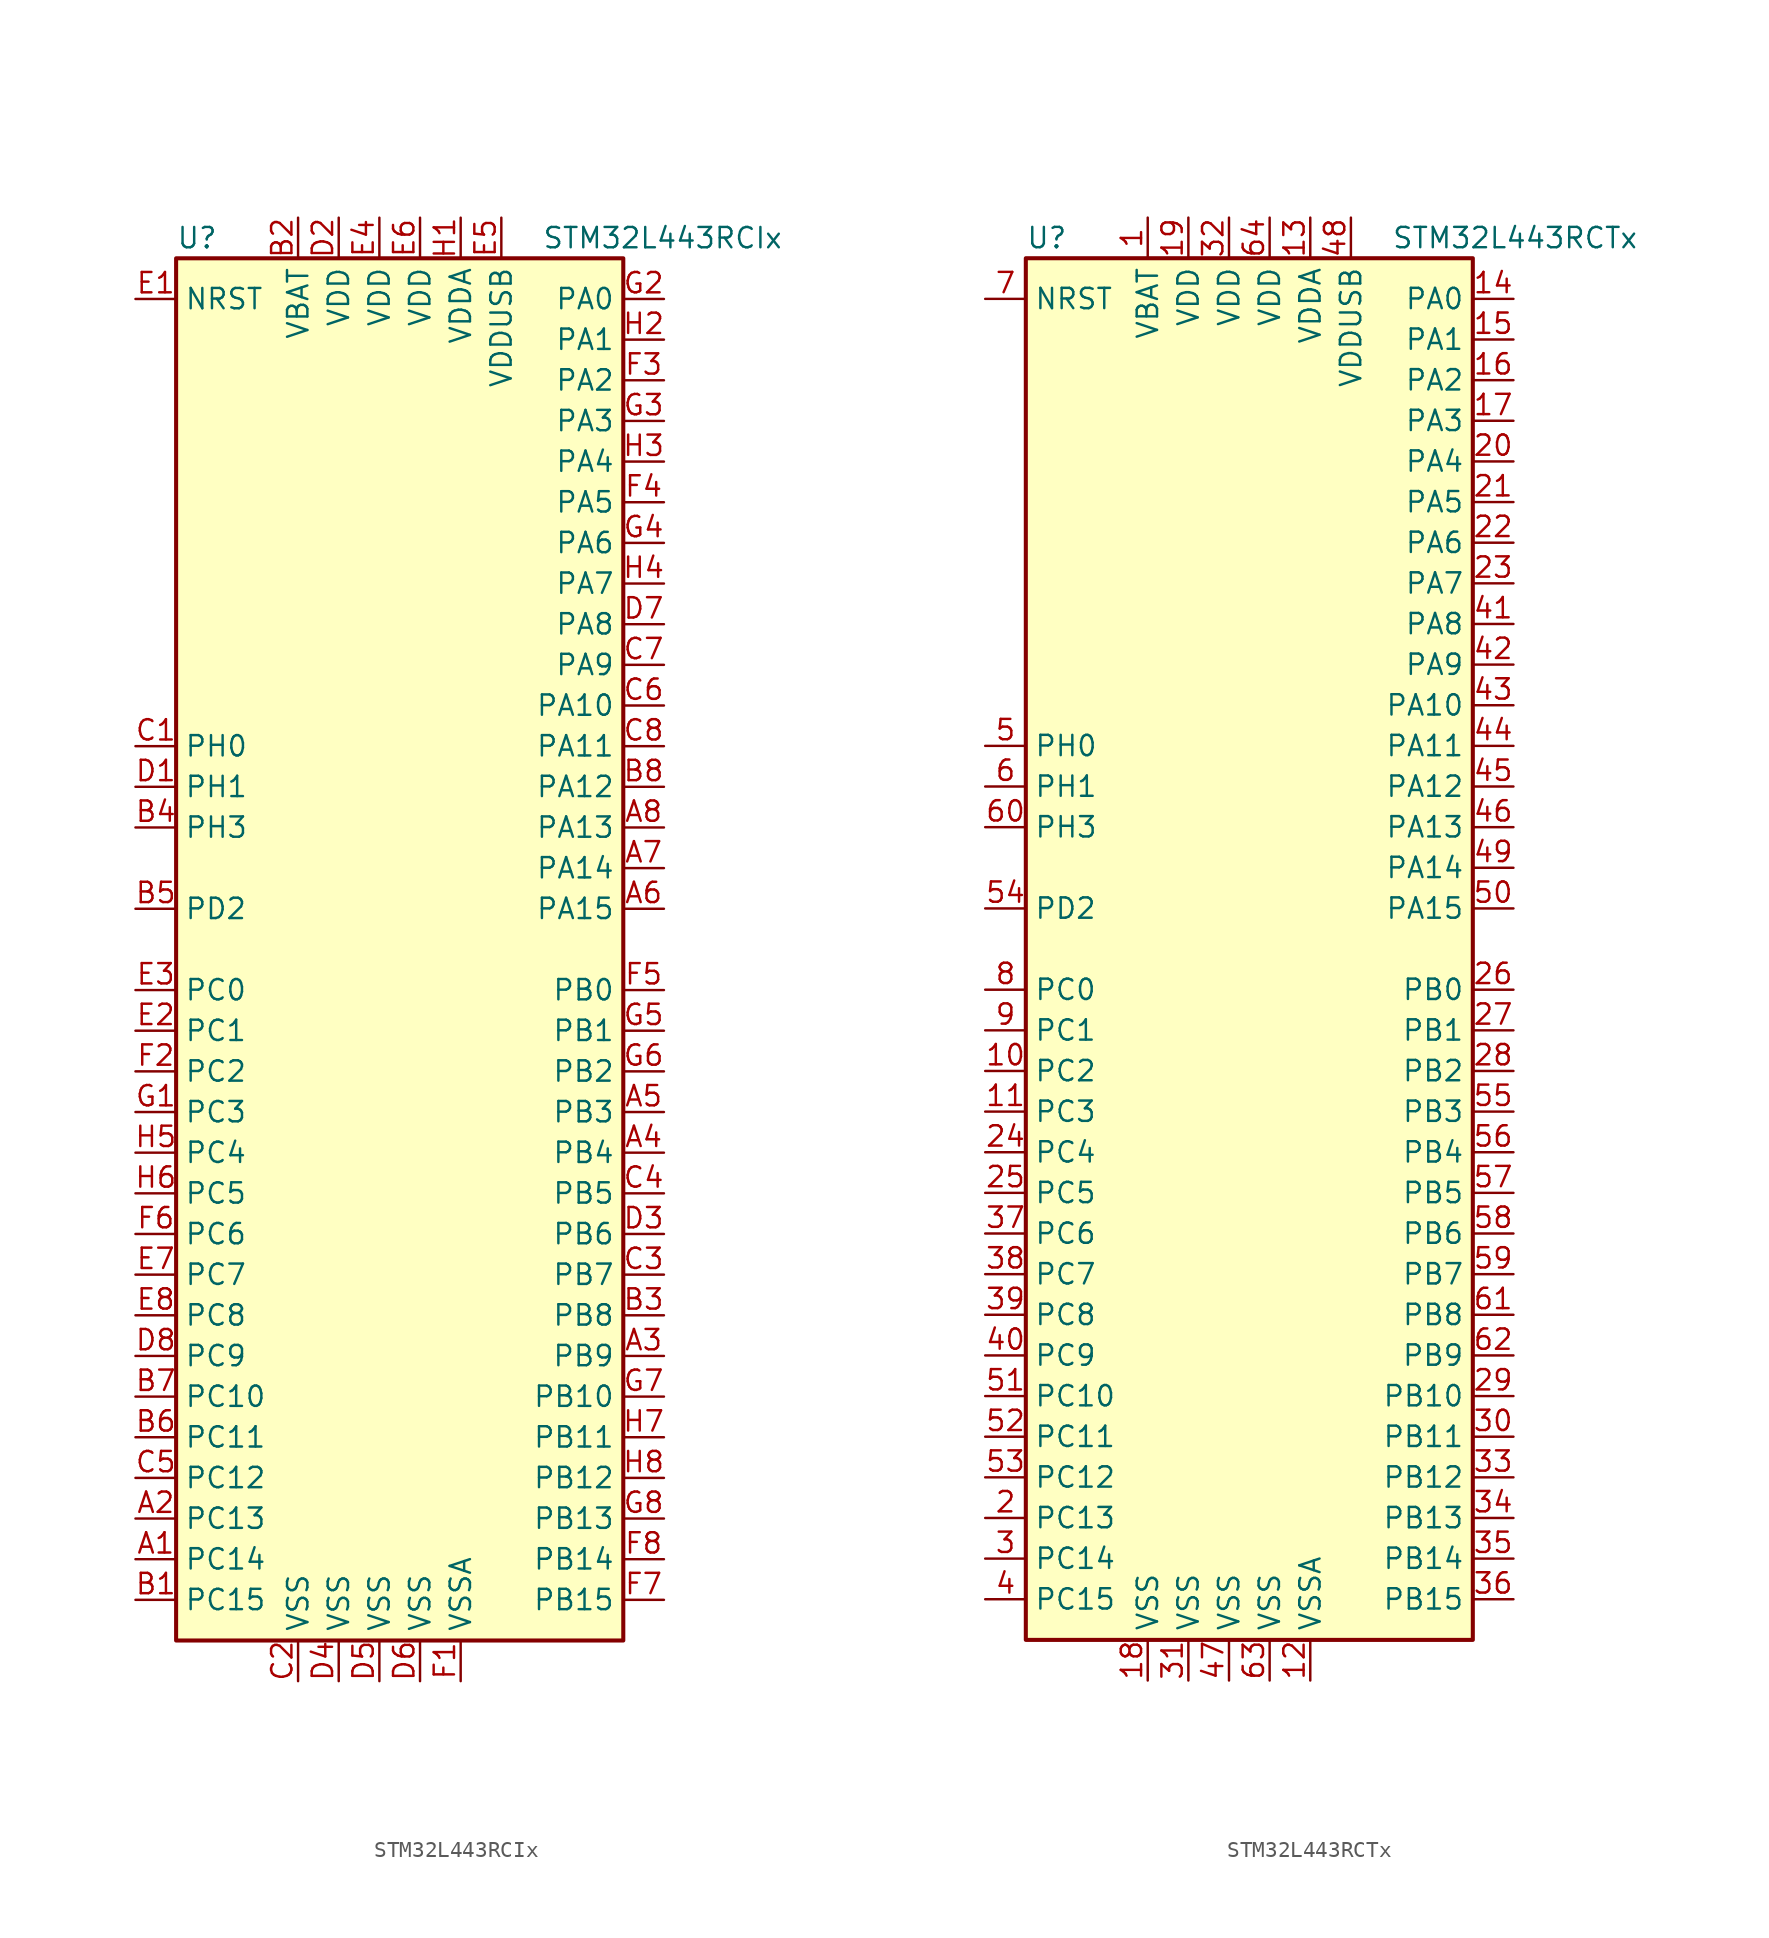
<source format=kicad_sym>
(kicad_symbol_lib
  (version 20201005)
  (generator kicad_symbol_editor)
  (symbol "STM32L443RCIx"
    (property "Reference" "U"
      (at -15.24 44.45 0)
      (effects (font (size 1.27 1.27)) (justify left)))
    (property "Value" "STM32L443RCIx"
      (at 7.62 44.45 0)
      (effects (font (size 1.27 1.27)) (justify left)))
    (symbol "STM32L443RCIx_0_1"
      (rectangle (start -15.24 -43.18) (end 12.7 43.18) (stroke (width 0.254)) (fill (type background))))
    (symbol "STM32L443RCIx_1_1"
      (pin bidirectional line (at -17.78 -38.1 0) (length 2.54) (name "PC14" (effects (font (size 1.27 1.27)))) (number "A1" (effects (font (size 1.27 1.27)))))
      (pin bidirectional line (at -17.78 -35.56 0) (length 2.54) (name "PC13" (effects (font (size 1.27 1.27)))) (number "A2" (effects (font (size 1.27 1.27)))))
      (pin bidirectional line (at 15.24 -25.4 180) (length 2.54) (name "PB9" (effects (font (size 1.27 1.27)))) (number "A3" (effects (font (size 1.27 1.27)))))
      (pin bidirectional line (at 15.24 -12.7 180) (length 2.54) (name "PB4" (effects (font (size 1.27 1.27)))) (number "A4" (effects (font (size 1.27 1.27)))))
      (pin bidirectional line (at 15.24 -10.16 180) (length 2.54) (name "PB3" (effects (font (size 1.27 1.27)))) (number "A5" (effects (font (size 1.27 1.27)))))
      (pin bidirectional line (at 15.24 2.54 180) (length 2.54) (name "PA15" (effects (font (size 1.27 1.27)))) (number "A6" (effects (font (size 1.27 1.27)))))
      (pin bidirectional line (at 15.24 5.08 180) (length 2.54) (name "PA14" (effects (font (size 1.27 1.27)))) (number "A7" (effects (font (size 1.27 1.27)))))
      (pin bidirectional line (at 15.24 7.62 180) (length 2.54) (name "PA13" (effects (font (size 1.27 1.27)))) (number "A8" (effects (font (size 1.27 1.27)))))
      (pin bidirectional line (at -17.78 -40.64 0) (length 2.54) (name "PC15" (effects (font (size 1.27 1.27)))) (number "B1" (effects (font (size 1.27 1.27)))))
      (pin power_in line (at -7.62 45.72 270) (length 2.54) (name "VBAT" (effects (font (size 1.27 1.27)))) (number "B2" (effects (font (size 1.27 1.27)))))
      (pin bidirectional line (at 15.24 -22.86 180) (length 2.54) (name "PB8" (effects (font (size 1.27 1.27)))) (number "B3" (effects (font (size 1.27 1.27)))))
      (pin bidirectional line (at -17.78 7.62 0) (length 2.54) (name "PH3" (effects (font (size 1.27 1.27)))) (number "B4" (effects (font (size 1.27 1.27)))))
      (pin bidirectional line (at -17.78 2.54 0) (length 2.54) (name "PD2" (effects (font (size 1.27 1.27)))) (number "B5" (effects (font (size 1.27 1.27)))))
      (pin bidirectional line (at -17.78 -30.48 0) (length 2.54) (name "PC11" (effects (font (size 1.27 1.27)))) (number "B6" (effects (font (size 1.27 1.27)))))
      (pin bidirectional line (at -17.78 -27.94 0) (length 2.54) (name "PC10" (effects (font (size 1.27 1.27)))) (number "B7" (effects (font (size 1.27 1.27)))))
      (pin bidirectional line (at 15.24 10.16 180) (length 2.54) (name "PA12" (effects (font (size 1.27 1.27)))) (number "B8" (effects (font (size 1.27 1.27)))))
      (pin input line (at -17.78 12.7 0) (length 2.54) (name "PH0" (effects (font (size 1.27 1.27)))) (number "C1" (effects (font (size 1.27 1.27)))))
      (pin power_in line (at -7.62 -45.72 90) (length 2.54) (name "VSS" (effects (font (size 1.27 1.27)))) (number "C2" (effects (font (size 1.27 1.27)))))
      (pin bidirectional line (at 15.24 -20.32 180) (length 2.54) (name "PB7" (effects (font (size 1.27 1.27)))) (number "C3" (effects (font (size 1.27 1.27)))))
      (pin bidirectional line (at 15.24 -15.24 180) (length 2.54) (name "PB5" (effects (font (size 1.27 1.27)))) (number "C4" (effects (font (size 1.27 1.27)))))
      (pin bidirectional line (at -17.78 -33.02 0) (length 2.54) (name "PC12" (effects (font (size 1.27 1.27)))) (number "C5" (effects (font (size 1.27 1.27)))))
      (pin bidirectional line (at 15.24 15.24 180) (length 2.54) (name "PA10" (effects (font (size 1.27 1.27)))) (number "C6" (effects (font (size 1.27 1.27)))))
      (pin bidirectional line (at 15.24 17.78 180) (length 2.54) (name "PA9" (effects (font (size 1.27 1.27)))) (number "C7" (effects (font (size 1.27 1.27)))))
      (pin bidirectional line (at 15.24 12.7 180) (length 2.54) (name "PA11" (effects (font (size 1.27 1.27)))) (number "C8" (effects (font (size 1.27 1.27)))))
      (pin input line (at -17.78 10.16 0) (length 2.54) (name "PH1" (effects (font (size 1.27 1.27)))) (number "D1" (effects (font (size 1.27 1.27)))))
      (pin power_in line (at -5.08 45.72 270) (length 2.54) (name "VDD" (effects (font (size 1.27 1.27)))) (number "D2" (effects (font (size 1.27 1.27)))))
      (pin bidirectional line (at 15.24 -17.78 180) (length 2.54) (name "PB6" (effects (font (size 1.27 1.27)))) (number "D3" (effects (font (size 1.27 1.27)))))
      (pin power_in line (at -5.08 -45.72 90) (length 2.54) (name "VSS" (effects (font (size 1.27 1.27)))) (number "D4" (effects (font (size 1.27 1.27)))))
      (pin power_in line (at -2.54 -45.72 90) (length 2.54) (name "VSS" (effects (font (size 1.27 1.27)))) (number "D5" (effects (font (size 1.27 1.27)))))
      (pin power_in line (at 0 -45.72 90) (length 2.54) (name "VSS" (effects (font (size 1.27 1.27)))) (number "D6" (effects (font (size 1.27 1.27)))))
      (pin bidirectional line (at 15.24 20.32 180) (length 2.54) (name "PA8" (effects (font (size 1.27 1.27)))) (number "D7" (effects (font (size 1.27 1.27)))))
      (pin bidirectional line (at -17.78 -25.4 0) (length 2.54) (name "PC9" (effects (font (size 1.27 1.27)))) (number "D8" (effects (font (size 1.27 1.27)))))
      (pin input line (at -17.78 40.64 0) (length 2.54) (name "NRST" (effects (font (size 1.27 1.27)))) (number "E1" (effects (font (size 1.27 1.27)))))
      (pin bidirectional line (at -17.78 -5.08 0) (length 2.54) (name "PC1" (effects (font (size 1.27 1.27)))) (number "E2" (effects (font (size 1.27 1.27)))))
      (pin bidirectional line (at -17.78 -2.54 0) (length 2.54) (name "PC0" (effects (font (size 1.27 1.27)))) (number "E3" (effects (font (size 1.27 1.27)))))
      (pin power_in line (at -2.54 45.72 270) (length 2.54) (name "VDD" (effects (font (size 1.27 1.27)))) (number "E4" (effects (font (size 1.27 1.27)))))
      (pin power_in line (at 5.08 45.72 270) (length 2.54) (name "VDDUSB" (effects (font (size 1.27 1.27)))) (number "E5" (effects (font (size 1.27 1.27)))))
      (pin power_in line (at 0 45.72 270) (length 2.54) (name "VDD" (effects (font (size 1.27 1.27)))) (number "E6" (effects (font (size 1.27 1.27)))))
      (pin bidirectional line (at -17.78 -20.32 0) (length 2.54) (name "PC7" (effects (font (size 1.27 1.27)))) (number "E7" (effects (font (size 1.27 1.27)))))
      (pin bidirectional line (at -17.78 -22.86 0) (length 2.54) (name "PC8" (effects (font (size 1.27 1.27)))) (number "E8" (effects (font (size 1.27 1.27)))))
      (pin power_in line (at 2.54 -45.72 90) (length 2.54) (name "VSSA" (effects (font (size 1.27 1.27)))) (number "F1" (effects (font (size 1.27 1.27)))))
      (pin bidirectional line (at -17.78 -7.62 0) (length 2.54) (name "PC2" (effects (font (size 1.27 1.27)))) (number "F2" (effects (font (size 1.27 1.27)))))
      (pin bidirectional line (at 15.24 35.56 180) (length 2.54) (name "PA2" (effects (font (size 1.27 1.27)))) (number "F3" (effects (font (size 1.27 1.27)))))
      (pin bidirectional line (at 15.24 27.94 180) (length 2.54) (name "PA5" (effects (font (size 1.27 1.27)))) (number "F4" (effects (font (size 1.27 1.27)))))
      (pin bidirectional line (at 15.24 -2.54 180) (length 2.54) (name "PB0" (effects (font (size 1.27 1.27)))) (number "F5" (effects (font (size 1.27 1.27)))))
      (pin bidirectional line (at -17.78 -17.78 0) (length 2.54) (name "PC6" (effects (font (size 1.27 1.27)))) (number "F6" (effects (font (size 1.27 1.27)))))
      (pin bidirectional line (at 15.24 -40.64 180) (length 2.54) (name "PB15" (effects (font (size 1.27 1.27)))) (number "F7" (effects (font (size 1.27 1.27)))))
      (pin bidirectional line (at 15.24 -38.1 180) (length 2.54) (name "PB14" (effects (font (size 1.27 1.27)))) (number "F8" (effects (font (size 1.27 1.27)))))
      (pin bidirectional line (at -17.78 -10.16 0) (length 2.54) (name "PC3" (effects (font (size 1.27 1.27)))) (number "G1" (effects (font (size 1.27 1.27)))))
      (pin bidirectional line (at 15.24 40.64 180) (length 2.54) (name "PA0" (effects (font (size 1.27 1.27)))) (number "G2" (effects (font (size 1.27 1.27)))))
      (pin bidirectional line (at 15.24 33.02 180) (length 2.54) (name "PA3" (effects (font (size 1.27 1.27)))) (number "G3" (effects (font (size 1.27 1.27)))))
      (pin bidirectional line (at 15.24 25.4 180) (length 2.54) (name "PA6" (effects (font (size 1.27 1.27)))) (number "G4" (effects (font (size 1.27 1.27)))))
      (pin bidirectional line (at 15.24 -5.08 180) (length 2.54) (name "PB1" (effects (font (size 1.27 1.27)))) (number "G5" (effects (font (size 1.27 1.27)))))
      (pin bidirectional line (at 15.24 -7.62 180) (length 2.54) (name "PB2" (effects (font (size 1.27 1.27)))) (number "G6" (effects (font (size 1.27 1.27)))))
      (pin bidirectional line (at 15.24 -27.94 180) (length 2.54) (name "PB10" (effects (font (size 1.27 1.27)))) (number "G7" (effects (font (size 1.27 1.27)))))
      (pin bidirectional line (at 15.24 -35.56 180) (length 2.54) (name "PB13" (effects (font (size 1.27 1.27)))) (number "G8" (effects (font (size 1.27 1.27)))))
      (pin power_in line (at 2.54 45.72 270) (length 2.54) (name "VDDA" (effects (font (size 1.27 1.27)))) (number "H1" (effects (font (size 1.27 1.27)))))
      (pin bidirectional line (at 15.24 38.1 180) (length 2.54) (name "PA1" (effects (font (size 1.27 1.27)))) (number "H2" (effects (font (size 1.27 1.27)))))
      (pin bidirectional line (at 15.24 30.48 180) (length 2.54) (name "PA4" (effects (font (size 1.27 1.27)))) (number "H3" (effects (font (size 1.27 1.27)))))
      (pin bidirectional line (at 15.24 22.86 180) (length 2.54) (name "PA7" (effects (font (size 1.27 1.27)))) (number "H4" (effects (font (size 1.27 1.27)))))
      (pin bidirectional line (at -17.78 -12.7 0) (length 2.54) (name "PC4" (effects (font (size 1.27 1.27)))) (number "H5" (effects (font (size 1.27 1.27)))))
      (pin bidirectional line (at -17.78 -15.24 0) (length 2.54) (name "PC5" (effects (font (size 1.27 1.27)))) (number "H6" (effects (font (size 1.27 1.27)))))
      (pin bidirectional line (at 15.24 -30.48 180) (length 2.54) (name "PB11" (effects (font (size 1.27 1.27)))) (number "H7" (effects (font (size 1.27 1.27)))))
      (pin bidirectional line (at 15.24 -33.02 180) (length 2.54) (name "PB12" (effects (font (size 1.27 1.27)))) (number "H8" (effects (font (size 1.27 1.27)))))))
  (symbol "STM32L443RCTx"
    (property "Reference" "U"
      (at -15.24 44.45 0)
      (effects (font (size 1.27 1.27)) (justify left)))
    (property "Value" "STM32L443RCTx"
      (at 7.62 44.45 0)
      (effects (font (size 1.27 1.27)) (justify left)))
    (symbol "STM32L443RCTx_0_1"
      (rectangle (start -15.24 -43.18) (end 12.7 43.18) (stroke (width 0.254)) (fill (type background))))
    (symbol "STM32L443RCTx_1_1"
      (pin power_in line (at -7.62 45.72 270) (length 2.54) (name "VBAT" (effects (font (size 1.27 1.27)))) (number "1" (effects (font (size 1.27 1.27)))))
      (pin bidirectional line (at -17.78 -7.62 0) (length 2.54) (name "PC2" (effects (font (size 1.27 1.27)))) (number "10" (effects (font (size 1.27 1.27)))))
      (pin bidirectional line (at -17.78 -10.16 0) (length 2.54) (name "PC3" (effects (font (size 1.27 1.27)))) (number "11" (effects (font (size 1.27 1.27)))))
      (pin power_in line (at 2.54 -45.72 90) (length 2.54) (name "VSSA" (effects (font (size 1.27 1.27)))) (number "12" (effects (font (size 1.27 1.27)))))
      (pin power_in line (at 2.54 45.72 270) (length 2.54) (name "VDDA" (effects (font (size 1.27 1.27)))) (number "13" (effects (font (size 1.27 1.27)))))
      (pin bidirectional line (at 15.24 40.64 180) (length 2.54) (name "PA0" (effects (font (size 1.27 1.27)))) (number "14" (effects (font (size 1.27 1.27)))))
      (pin bidirectional line (at 15.24 38.1 180) (length 2.54) (name "PA1" (effects (font (size 1.27 1.27)))) (number "15" (effects (font (size 1.27 1.27)))))
      (pin bidirectional line (at 15.24 35.56 180) (length 2.54) (name "PA2" (effects (font (size 1.27 1.27)))) (number "16" (effects (font (size 1.27 1.27)))))
      (pin bidirectional line (at 15.24 33.02 180) (length 2.54) (name "PA3" (effects (font (size 1.27 1.27)))) (number "17" (effects (font (size 1.27 1.27)))))
      (pin power_in line (at -7.62 -45.72 90) (length 2.54) (name "VSS" (effects (font (size 1.27 1.27)))) (number "18" (effects (font (size 1.27 1.27)))))
      (pin power_in line (at -5.08 45.72 270) (length 2.54) (name "VDD" (effects (font (size 1.27 1.27)))) (number "19" (effects (font (size 1.27 1.27)))))
      (pin bidirectional line (at -17.78 -35.56 0) (length 2.54) (name "PC13" (effects (font (size 1.27 1.27)))) (number "2" (effects (font (size 1.27 1.27)))))
      (pin bidirectional line (at 15.24 30.48 180) (length 2.54) (name "PA4" (effects (font (size 1.27 1.27)))) (number "20" (effects (font (size 1.27 1.27)))))
      (pin bidirectional line (at 15.24 27.94 180) (length 2.54) (name "PA5" (effects (font (size 1.27 1.27)))) (number "21" (effects (font (size 1.27 1.27)))))
      (pin bidirectional line (at 15.24 25.4 180) (length 2.54) (name "PA6" (effects (font (size 1.27 1.27)))) (number "22" (effects (font (size 1.27 1.27)))))
      (pin bidirectional line (at 15.24 22.86 180) (length 2.54) (name "PA7" (effects (font (size 1.27 1.27)))) (number "23" (effects (font (size 1.27 1.27)))))
      (pin bidirectional line (at -17.78 -12.7 0) (length 2.54) (name "PC4" (effects (font (size 1.27 1.27)))) (number "24" (effects (font (size 1.27 1.27)))))
      (pin bidirectional line (at -17.78 -15.24 0) (length 2.54) (name "PC5" (effects (font (size 1.27 1.27)))) (number "25" (effects (font (size 1.27 1.27)))))
      (pin bidirectional line (at 15.24 -2.54 180) (length 2.54) (name "PB0" (effects (font (size 1.27 1.27)))) (number "26" (effects (font (size 1.27 1.27)))))
      (pin bidirectional line (at 15.24 -5.08 180) (length 2.54) (name "PB1" (effects (font (size 1.27 1.27)))) (number "27" (effects (font (size 1.27 1.27)))))
      (pin bidirectional line (at 15.24 -7.62 180) (length 2.54) (name "PB2" (effects (font (size 1.27 1.27)))) (number "28" (effects (font (size 1.27 1.27)))))
      (pin bidirectional line (at 15.24 -27.94 180) (length 2.54) (name "PB10" (effects (font (size 1.27 1.27)))) (number "29" (effects (font (size 1.27 1.27)))))
      (pin bidirectional line (at -17.78 -38.1 0) (length 2.54) (name "PC14" (effects (font (size 1.27 1.27)))) (number "3" (effects (font (size 1.27 1.27)))))
      (pin bidirectional line (at 15.24 -30.48 180) (length 2.54) (name "PB11" (effects (font (size 1.27 1.27)))) (number "30" (effects (font (size 1.27 1.27)))))
      (pin power_in line (at -5.08 -45.72 90) (length 2.54) (name "VSS" (effects (font (size 1.27 1.27)))) (number "31" (effects (font (size 1.27 1.27)))))
      (pin power_in line (at -2.54 45.72 270) (length 2.54) (name "VDD" (effects (font (size 1.27 1.27)))) (number "32" (effects (font (size 1.27 1.27)))))
      (pin bidirectional line (at 15.24 -33.02 180) (length 2.54) (name "PB12" (effects (font (size 1.27 1.27)))) (number "33" (effects (font (size 1.27 1.27)))))
      (pin bidirectional line (at 15.24 -35.56 180) (length 2.54) (name "PB13" (effects (font (size 1.27 1.27)))) (number "34" (effects (font (size 1.27 1.27)))))
      (pin bidirectional line (at 15.24 -38.1 180) (length 2.54) (name "PB14" (effects (font (size 1.27 1.27)))) (number "35" (effects (font (size 1.27 1.27)))))
      (pin bidirectional line (at 15.24 -40.64 180) (length 2.54) (name "PB15" (effects (font (size 1.27 1.27)))) (number "36" (effects (font (size 1.27 1.27)))))
      (pin bidirectional line (at -17.78 -17.78 0) (length 2.54) (name "PC6" (effects (font (size 1.27 1.27)))) (number "37" (effects (font (size 1.27 1.27)))))
      (pin bidirectional line (at -17.78 -20.32 0) (length 2.54) (name "PC7" (effects (font (size 1.27 1.27)))) (number "38" (effects (font (size 1.27 1.27)))))
      (pin bidirectional line (at -17.78 -22.86 0) (length 2.54) (name "PC8" (effects (font (size 1.27 1.27)))) (number "39" (effects (font (size 1.27 1.27)))))
      (pin bidirectional line (at -17.78 -40.64 0) (length 2.54) (name "PC15" (effects (font (size 1.27 1.27)))) (number "4" (effects (font (size 1.27 1.27)))))
      (pin bidirectional line (at -17.78 -25.4 0) (length 2.54) (name "PC9" (effects (font (size 1.27 1.27)))) (number "40" (effects (font (size 1.27 1.27)))))
      (pin bidirectional line (at 15.24 20.32 180) (length 2.54) (name "PA8" (effects (font (size 1.27 1.27)))) (number "41" (effects (font (size 1.27 1.27)))))
      (pin bidirectional line (at 15.24 17.78 180) (length 2.54) (name "PA9" (effects (font (size 1.27 1.27)))) (number "42" (effects (font (size 1.27 1.27)))))
      (pin bidirectional line (at 15.24 15.24 180) (length 2.54) (name "PA10" (effects (font (size 1.27 1.27)))) (number "43" (effects (font (size 1.27 1.27)))))
      (pin bidirectional line (at 15.24 12.7 180) (length 2.54) (name "PA11" (effects (font (size 1.27 1.27)))) (number "44" (effects (font (size 1.27 1.27)))))
      (pin bidirectional line (at 15.24 10.16 180) (length 2.54) (name "PA12" (effects (font (size 1.27 1.27)))) (number "45" (effects (font (size 1.27 1.27)))))
      (pin bidirectional line (at 15.24 7.62 180) (length 2.54) (name "PA13" (effects (font (size 1.27 1.27)))) (number "46" (effects (font (size 1.27 1.27)))))
      (pin power_in line (at -2.54 -45.72 90) (length 2.54) (name "VSS" (effects (font (size 1.27 1.27)))) (number "47" (effects (font (size 1.27 1.27)))))
      (pin power_in line (at 5.08 45.72 270) (length 2.54) (name "VDDUSB" (effects (font (size 1.27 1.27)))) (number "48" (effects (font (size 1.27 1.27)))))
      (pin bidirectional line (at 15.24 5.08 180) (length 2.54) (name "PA14" (effects (font (size 1.27 1.27)))) (number "49" (effects (font (size 1.27 1.27)))))
      (pin input line (at -17.78 12.7 0) (length 2.54) (name "PH0" (effects (font (size 1.27 1.27)))) (number "5" (effects (font (size 1.27 1.27)))))
      (pin bidirectional line (at 15.24 2.54 180) (length 2.54) (name "PA15" (effects (font (size 1.27 1.27)))) (number "50" (effects (font (size 1.27 1.27)))))
      (pin bidirectional line (at -17.78 -27.94 0) (length 2.54) (name "PC10" (effects (font (size 1.27 1.27)))) (number "51" (effects (font (size 1.27 1.27)))))
      (pin bidirectional line (at -17.78 -30.48 0) (length 2.54) (name "PC11" (effects (font (size 1.27 1.27)))) (number "52" (effects (font (size 1.27 1.27)))))
      (pin bidirectional line (at -17.78 -33.02 0) (length 2.54) (name "PC12" (effects (font (size 1.27 1.27)))) (number "53" (effects (font (size 1.27 1.27)))))
      (pin bidirectional line (at -17.78 2.54 0) (length 2.54) (name "PD2" (effects (font (size 1.27 1.27)))) (number "54" (effects (font (size 1.27 1.27)))))
      (pin bidirectional line (at 15.24 -10.16 180) (length 2.54) (name "PB3" (effects (font (size 1.27 1.27)))) (number "55" (effects (font (size 1.27 1.27)))))
      (pin bidirectional line (at 15.24 -12.7 180) (length 2.54) (name "PB4" (effects (font (size 1.27 1.27)))) (number "56" (effects (font (size 1.27 1.27)))))
      (pin bidirectional line (at 15.24 -15.24 180) (length 2.54) (name "PB5" (effects (font (size 1.27 1.27)))) (number "57" (effects (font (size 1.27 1.27)))))
      (pin bidirectional line (at 15.24 -17.78 180) (length 2.54) (name "PB6" (effects (font (size 1.27 1.27)))) (number "58" (effects (font (size 1.27 1.27)))))
      (pin bidirectional line (at 15.24 -20.32 180) (length 2.54) (name "PB7" (effects (font (size 1.27 1.27)))) (number "59" (effects (font (size 1.27 1.27)))))
      (pin input line (at -17.78 10.16 0) (length 2.54) (name "PH1" (effects (font (size 1.27 1.27)))) (number "6" (effects (font (size 1.27 1.27)))))
      (pin bidirectional line (at -17.78 7.62 0) (length 2.54) (name "PH3" (effects (font (size 1.27 1.27)))) (number "60" (effects (font (size 1.27 1.27)))))
      (pin bidirectional line (at 15.24 -22.86 180) (length 2.54) (name "PB8" (effects (font (size 1.27 1.27)))) (number "61" (effects (font (size 1.27 1.27)))))
      (pin bidirectional line (at 15.24 -25.4 180) (length 2.54) (name "PB9" (effects (font (size 1.27 1.27)))) (number "62" (effects (font (size 1.27 1.27)))))
      (pin power_in line (at 0 -45.72 90) (length 2.54) (name "VSS" (effects (font (size 1.27 1.27)))) (number "63" (effects (font (size 1.27 1.27)))))
      (pin power_in line (at 0 45.72 270) (length 2.54) (name "VDD" (effects (font (size 1.27 1.27)))) (number "64" (effects (font (size 1.27 1.27)))))
      (pin input line (at -17.78 40.64 0) (length 2.54) (name "NRST" (effects (font (size 1.27 1.27)))) (number "7" (effects (font (size 1.27 1.27)))))
      (pin bidirectional line (at -17.78 -2.54 0) (length 2.54) (name "PC0" (effects (font (size 1.27 1.27)))) (number "8" (effects (font (size 1.27 1.27)))))
      (pin bidirectional line (at -17.78 -5.08 0) (length 2.54) (name "PC1" (effects (font (size 1.27 1.27)))) (number "9" (effects (font (size 1.27 1.27))))))))
</source>
